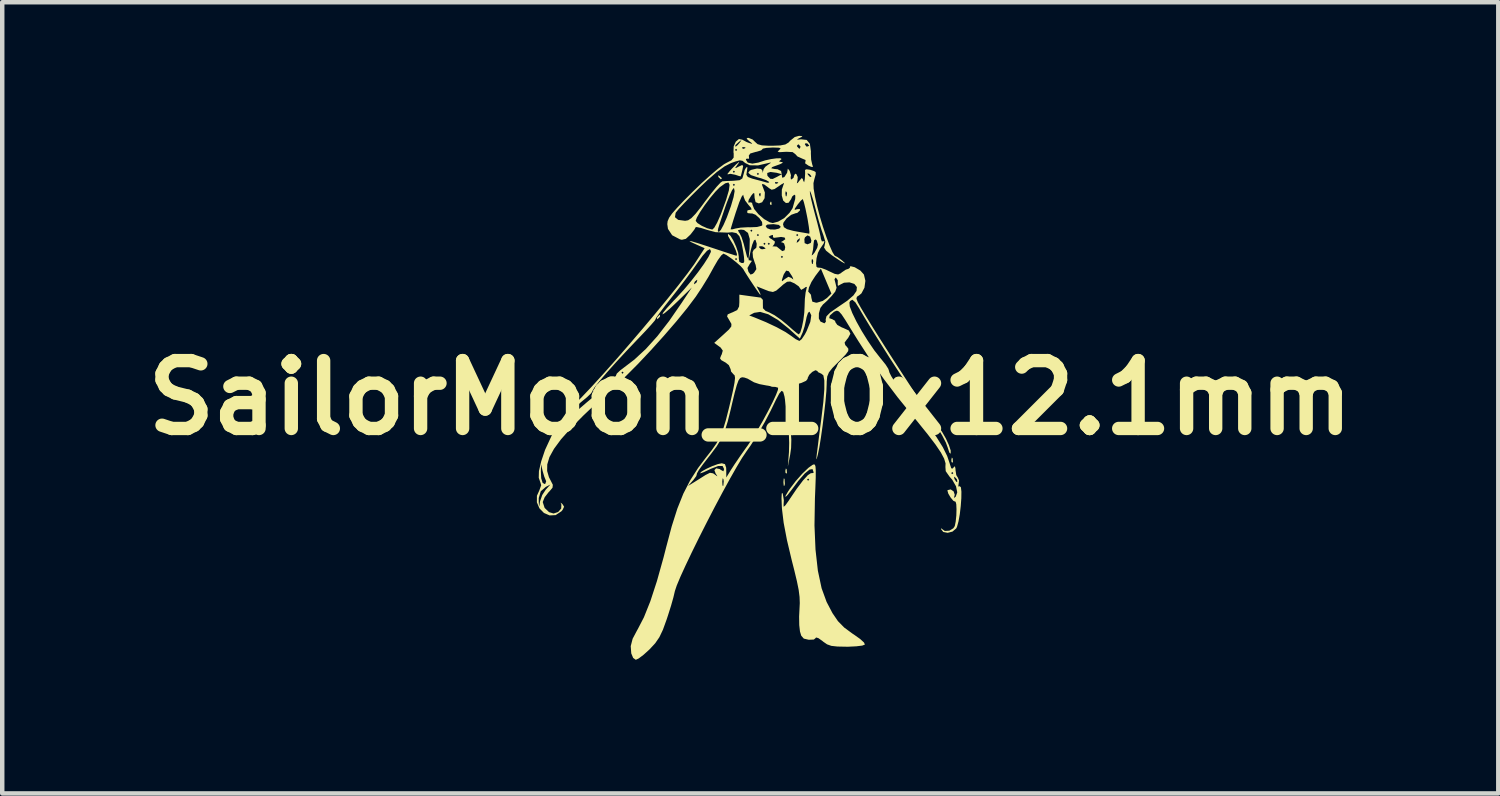
<source format=kicad_pcb>
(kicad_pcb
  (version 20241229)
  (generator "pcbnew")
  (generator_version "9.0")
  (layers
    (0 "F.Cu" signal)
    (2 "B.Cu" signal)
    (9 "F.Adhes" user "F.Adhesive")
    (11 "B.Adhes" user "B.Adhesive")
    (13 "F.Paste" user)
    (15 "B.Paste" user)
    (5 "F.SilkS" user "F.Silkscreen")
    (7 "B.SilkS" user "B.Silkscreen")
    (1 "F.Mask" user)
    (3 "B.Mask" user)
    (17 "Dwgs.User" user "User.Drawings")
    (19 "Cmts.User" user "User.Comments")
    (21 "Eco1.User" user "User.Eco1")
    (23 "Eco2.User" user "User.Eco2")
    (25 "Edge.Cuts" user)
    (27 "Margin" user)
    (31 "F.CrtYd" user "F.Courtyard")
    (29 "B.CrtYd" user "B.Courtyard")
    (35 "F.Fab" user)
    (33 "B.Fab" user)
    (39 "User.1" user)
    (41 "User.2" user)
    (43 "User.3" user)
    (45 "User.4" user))
  (footprint "SailorMoon_10x12.1mm"
    (layer "F.Cu")
    (at 13.796 5.881)
    (property "Reference" "SailorMoon_10x12.1mm" (at 0 0 0) (layer "F.SilkS") (effects (font (size 1.524 1.524) (thickness 0.3))))
    (attr board_only exclude_from_pos_files exclude_from_bom)
    (fp_poly (pts (xy 0.474 -4.397) (xy 0.48 -4.339) (xy 0.474 -4.331) (xy 0.445 -4.338) (xy 0.441 -4.364) (xy 0.459 -4.404)) (stroke (width 0) (type solid)) (fill yes) (layer "F.SilkS"))
    (fp_poly (pts (xy 0.818 1.609) (xy 0.824 1.686) (xy 0.814 1.703) (xy 0.792 1.688) (xy 0.788 1.639) (xy 0.8 1.586)) (stroke (width 0) (type solid)) (fill yes) (layer "F.SilkS"))
    (fp_poly (pts (xy 4.545 1.364) (xy 4.551 1.44) (xy 4.541 1.458) (xy 4.519 1.443) (xy 4.515 1.393) (xy 4.527 1.341)) (stroke (width 0) (type solid)) (fill yes) (layer "F.SilkS"))
    (fp_poly (pts (xy -0.694 -4.982) (xy -0.642 -4.936) (xy -0.637 -4.925) (xy -0.661 -4.905) (xy -0.709 -4.95) (xy -0.716 -4.96) (xy -0.721 -4.994)) (stroke (width 0) (type solid)) (fill yes) (layer "F.SilkS"))
    (fp_poly (pts (xy -2.026 -1.832) (xy -2.035 -1.814) (xy -2.081 -1.767) (xy -2.09 -1.765) (xy -2.093 -1.797) (xy -2.084 -1.814) (xy -2.038 -1.861) (xy -2.029 -1.863)) (stroke (width 0) (type solid)) (fill yes) (layer "F.SilkS"))
    (fp_poly (pts (xy 0.767 1.819) (xy 0.77 1.827) (xy 0.777 1.934) (xy 0.768 1.975) (xy 0.752 1.976) (xy 0.745 1.899) (xy 0.745 1.888) (xy 0.752 1.812)) (stroke (width 0) (type solid)) (fill yes) (layer "F.SilkS"))
    (fp_poly (pts (xy -3.086 -0.442) (xy -3.17 -0.368) (xy -3.257 -0.302) (xy -3.41 -0.197) (xy -3.498 -0.151) (xy -3.53 -0.158) (xy -3.531 -0.163) (xy -3.494 -0.203) (xy -3.404 -0.272) (xy -3.287 -0.353) (xy -3.173 -0.426) (xy -3.088 -0.473) (xy -3.062 -0.479)) (stroke (width 0) (type solid)) (fill yes) (layer "F.SilkS"))
    (fp_poly (pts (xy 4.127 0.541) (xy 4.194 0.616) (xy 4.213 0.637) (xy 4.305 0.763) (xy 4.392 0.914) (xy 4.461 1.064) (xy 4.501 1.186) (xy 4.5 1.254) (xy 4.498 1.255) (xy 4.471 1.233) (xy 4.441 1.142) (xy 4.438 1.131) (xy 4.393 1.008) (xy 4.31 0.847) (xy 4.234 0.723) (xy 4.146 0.589) (xy 4.11 0.53)) (stroke (width 0) (type solid)) (fill yes) (layer "F.SilkS"))
    (fp_poly (pts (xy -0.248 -5.286) (xy -0.296 -5.22) (xy -0.3 -5.214) (xy -0.34 -5.16) (xy -0.312 -5.163) (xy -0.256 -5.192) (xy -0.179 -5.227) (xy -0.16 -5.199) (xy -0.177 -5.114) (xy -0.202 -5.014) (xy -0.215 -4.97) (xy -0.259 -4.981) (xy -0.336 -5.007) (xy -0.445 -5.028) (xy -0.507 -5.016) (xy -0.512 -5.026) (xy -0.473 -5.075) (xy -0.392 -5.075) (xy -0.368 -5.051) (xy -0.343 -5.075) (xy -0.368 -5.1) (xy -0.392 -5.075) (xy -0.473 -5.075) (xy -0.461 -5.09) (xy -0.417 -5.139) (xy -0.319 -5.239) (xy -0.259 -5.29)) (stroke (width 0) (type solid)) (fill yes) (layer "F.SilkS"))
    (fp_poly (pts (xy 1.451 1.503) (xy 1.465 1.546) (xy 1.471 1.637) (xy 1.47 1.79) (xy 1.462 2.017) (xy 1.452 2.262) (xy 1.442 2.867) (xy 1.465 3.409) (xy 1.518 3.882) (xy 1.602 4.277) (xy 1.715 4.587) (xy 1.717 4.59) (xy 1.846 4.836) (xy 1.969 5.016) (xy 2.11 5.16) (xy 2.292 5.294) (xy 2.336 5.323) (xy 2.468 5.417) (xy 2.554 5.496) (xy 2.574 5.542) (xy 2.514 5.565) (xy 2.382 5.581) (xy 2.203 5.59) (xy 2.158 5.59) (xy 1.956 5.586) (xy 1.821 5.571) (xy 1.725 5.537) (xy 1.638 5.477) (xy 1.622 5.463) (xy 1.529 5.397) (xy 1.476 5.382) (xy 1.471 5.393) (xy 1.428 5.429) (xy 1.313 5.434) (xy 1.202 5.408) (xy 1.144 5.341) (xy 1.116 5.247) (xy 1.1 5.105) (xy 1.097 4.913) (xy 1.105 4.75) (xy 1.112 4.611) (xy 1.107 4.472) (xy 1.087 4.314) (xy 1.047 4.117) (xy 0.985 3.859) (xy 0.931 3.647) (xy 0.824 3.196) (xy 0.75 2.808) (xy 0.712 2.495) (xy 0.709 2.452) (xy 0.702 2.255) (xy 0.707 2.15) (xy 0.722 2.138) (xy 0.73 2.158) (xy 0.754 2.302) (xy 0.748 2.403) (xy 0.75 2.449) (xy 0.789 2.415) (xy 0.871 2.3) (xy 0.883 2.28) (xy 1.046 2.04) (xy 1.185 1.856) (xy 1.201 1.839) (xy 1.275 1.839) (xy 1.299 1.863) (xy 1.324 1.839) (xy 1.299 1.814) (xy 1.275 1.839) (xy 1.201 1.839) (xy 1.294 1.737) (xy 1.364 1.692) (xy 1.377 1.694) (xy 1.419 1.688) (xy 1.422 1.673) (xy 1.398 1.602) (xy 1.331 1.613) (xy 1.223 1.701) (xy 1.081 1.864) (xy 0.938 2.055) (xy 0.841 2.181) (xy 0.791 2.229) (xy 0.793 2.201) (xy 0.853 2.098) (xy 0.89 2.043) (xy 1.021 1.871) (xy 1.167 1.706) (xy 1.304 1.575) (xy 1.393 1.51) (xy 1.427 1.496)) (stroke (width 0) (type solid)) (fill yes) (layer "F.SilkS"))
    (fp_poly (pts (xy 1.17 -5.875) (xy 1.151 -5.854) (xy 1.103 -5.831) (xy 1.048 -5.8) (xy 1.077 -5.796) (xy 1.142 -5.803) (xy 1.267 -5.789) (xy 1.339 -5.701) (xy 1.362 -5.532) (xy 1.361 -5.488) (xy 1.367 -5.347) (xy 1.391 -5.239) (xy 1.392 -5.237) (xy 1.409 -5.183) (xy 1.369 -5.185) (xy 1.307 -5.212) (xy 1.231 -5.265) (xy 1.239 -5.304) (xy 1.242 -5.338) (xy 1.166 -5.37) (xy 1.06 -5.418) (xy 1.011 -5.471) (xy 0.951 -5.516) (xy 0.813 -5.523) (xy 0.777 -5.521) (xy 0.654 -5.514) (xy 0.615 -5.526) (xy 0.647 -5.56) (xy 0.649 -5.562) (xy 0.683 -5.597) (xy 0.648 -5.614) (xy 0.533 -5.618) (xy 0.493 -5.618) (xy 0.36 -5.61) (xy 0.283 -5.594) (xy 0.274 -5.583) (xy 0.245 -5.555) (xy 0.148 -5.525) (xy 0.118 -5.519) (xy -0.000299 -5.484) (xy -0.034 -5.434) (xy -0.029 -5.413) (xy -0.027 -5.365) (xy -0.05 -5.37) (xy -0.094 -5.364) (xy -0.098 -5.346) (xy -0.057 -5.28) (xy 0.046 -5.257) (xy 0.185 -5.281) (xy 0.216 -5.292) (xy 0.335 -5.33) (xy 0.467 -5.359) (xy 0.589 -5.376) (xy 0.676 -5.377) (xy 0.704 -5.361) (xy 0.686 -5.345) (xy 0.645 -5.307) (xy 0.693 -5.294) (xy 0.711 -5.293) (xy 0.733 -5.278) (xy 0.671 -5.245) (xy 0.613 -5.224) (xy 0.494 -5.18) (xy 0.471 -5.153) (xy 0.543 -5.137) (xy 0.613 -5.131) (xy 0.692 -5.091) (xy 0.706 -5.021) (xy 0.588 -5.052) (xy 0.453 -5.07) (xy 0.381 -5.047) (xy 0.384 -4.989) (xy 0.397 -4.971) (xy 0.451 -4.916) (xy 0.505 -4.913) (xy 0.601 -4.96) (xy 0.604 -4.962) (xy 0.707 -5.018) (xy 0.707 -5.015) (xy 0.716 -4.941) (xy 0.759 -4.952) (xy 0.769 -4.96) (xy 0.827 -5.051) (xy 0.835 -5.093) (xy 0.843 -5.144) (xy 0.873 -5.11) (xy 0.887 -5.087) (xy 0.915 -4.995) (xy 0.907 -4.952) (xy 0.911 -4.907) (xy 0.929 -4.903) (xy 0.974 -4.943) (xy 0.981 -4.98) (xy 1.006 -5.03) (xy 1.034 -5.023) (xy 1.066 -4.956) (xy 1.061 -4.886) (xy 1.046 -4.814) (xy 1.07 -4.829) (xy 1.101 -4.87) (xy 1.154 -4.932) (xy 1.179 -4.914) (xy 1.191 -4.87) (xy 1.21 -4.839) (xy 1.224 -4.905) (xy 1.226 -4.928) (xy 1.232 -5.037) (xy 1.283 -5.037) (xy 1.295 -5.009) (xy 1.344 -4.956) (xy 1.372 -4.967) (xy 1.373 -4.974) (xy 1.338 -5.016) (xy 1.316 -5.031) (xy 1.283 -5.037) (xy 1.232 -5.037) (xy 1.232 -5.046) (xy 1.23 -5.116) (xy 1.264 -5.13) (xy 1.345 -5.119) (xy 1.432 -5.09) (xy 1.469 -5.067) (xy 1.469 -5.012) (xy 1.44 -4.91) (xy 1.419 -4.819) (xy 1.423 -4.697) (xy 1.452 -4.521) (xy 1.5 -4.307) (xy 1.561 -4.075) (xy 1.633 -3.837) (xy 1.709 -3.611) (xy 1.782 -3.416) (xy 1.846 -3.27) (xy 1.893 -3.194) (xy 1.905 -3.186) (xy 1.961 -3.157) (xy 2.054 -3.088) (xy 2.059 -3.084) (xy 2.124 -3.025) (xy 2.118 -3.017) (xy 2.05 -3.054) (xy 1.931 -3.132) (xy 1.827 -3.203) (xy 1.701 -3.304) (xy 1.657 -3.375) (xy 1.668 -3.409) (xy 1.686 -3.503) (xy 1.645 -3.64) (xy 1.6 -3.767) (xy 1.543 -3.956) (xy 1.484 -4.171) (xy 1.467 -4.237) (xy 1.418 -4.422) (xy 1.375 -4.561) (xy 1.346 -4.634) (xy 1.338 -4.64) (xy 1.341 -4.587) (xy 1.367 -4.46) (xy 1.411 -4.281) (xy 1.449 -4.136) (xy 1.506 -3.924) (xy 1.551 -3.742) (xy 1.58 -3.613) (xy 1.586 -3.571) (xy 1.607 -3.513) (xy 1.629 -3.512) (xy 1.666 -3.518) (xy 1.648 -3.463) (xy 1.579 -3.361) (xy 1.568 -3.346) (xy 1.52 -3.254) (xy 1.489 -3.136) (xy 1.477 -3.022) (xy 1.487 -2.94) (xy 1.522 -2.919) (xy 1.528 -2.923) (xy 1.591 -2.916) (xy 1.705 -2.873) (xy 1.768 -2.842) (xy 1.896 -2.782) (xy 1.973 -2.768) (xy 2.033 -2.796) (xy 2.056 -2.816) (xy 2.147 -2.877) (xy 2.201 -2.893) (xy 2.24 -2.92) (xy 2.234 -2.938) (xy 2.253 -2.954) (xy 2.337 -2.933) (xy 2.35 -2.928) (xy 2.473 -2.855) (xy 2.552 -2.767) (xy 2.585 -2.626) (xy 2.564 -2.471) (xy 2.497 -2.344) (xy 2.447 -2.302) (xy 2.395 -2.268) (xy 2.384 -2.224) (xy 2.415 -2.145) (xy 2.484 -2.021) (xy 2.594 -1.836) (xy 2.748 -1.586) (xy 2.936 -1.287) (xy 3.147 -0.955) (xy 3.372 -0.607) (xy 3.598 -0.26) (xy 3.689 -0.123) (xy 3.812 0.068) (xy 3.895 0.203) (xy 3.933 0.276) (xy 3.922 0.279) (xy 3.891 0.245) (xy 3.766 0.101) (xy 3.605 -0.08) (xy 3.468 -0.231) (xy 3.538 -0.231) (xy 3.55 -0.204) (xy 3.6 -0.151) (xy 3.628 -0.162) (xy 3.629 -0.169) (xy 3.594 -0.21) (xy 3.572 -0.225) (xy 3.538 -0.231) (xy 3.468 -0.231) (xy 3.439 -0.262) (xy 3.41 -0.294) (xy 3.304 -0.412) (xy 3.257 -0.47) (xy 3.272 -0.465) (xy 3.323 -0.419) (xy 3.451 -0.306) (xy 3.514 -0.265) (xy 3.514 -0.298) (xy 3.451 -0.406) (xy 3.388 -0.501) (xy 3.278 -0.668) (xy 3.137 -0.885) (xy 2.981 -1.131) (xy 2.822 -1.385) (xy 2.673 -1.625) (xy 2.549 -1.83) (xy 2.462 -1.978) (xy 2.451 -1.998) (xy 2.359 -2.144) (xy 2.292 -2.201) (xy 2.243 -2.173) (xy 2.226 -2.138) (xy 2.234 -2.051) (xy 2.29 -1.904) (xy 2.383 -1.713) (xy 2.503 -1.498) (xy 2.641 -1.276) (xy 2.784 -1.066) (xy 2.925 -0.886) (xy 2.948 -0.859) (xy 3.04 -0.744) (xy 3.099 -0.651) (xy 3.108 -0.626) (xy 3.126 -0.564) (xy 3.166 -0.484) (xy 3.235 -0.375) (xy 3.342 -0.227) (xy 3.495 -0.026) (xy 3.701 0.237) (xy 3.729 0.272) (xy 3.985 0.606) (xy 4.181 0.882) (xy 4.324 1.111) (xy 4.421 1.307) (xy 4.48 1.481) (xy 4.483 1.493) (xy 4.514 1.585) (xy 4.546 1.589) (xy 4.563 1.567) (xy 4.595 1.537) (xy 4.608 1.595) (xy 4.609 1.628) (xy 4.626 1.737) (xy 4.66 1.791) (xy 4.688 1.857) (xy 4.68 1.923) (xy 4.67 1.992) (xy 4.705 1.987) (xy 4.73 2.011) (xy 4.741 2.109) (xy 4.739 2.257) (xy 4.726 2.433) (xy 4.705 2.613) (xy 4.676 2.775) (xy 4.643 2.896) (xy 4.625 2.933) (xy 4.541 3.005) (xy 4.432 3.033) (xy 4.334 3.014) (xy 4.286 2.953) (xy 4.288 2.925) (xy 4.298 2.941) (xy 4.368 2.991) (xy 4.47 2.985) (xy 4.56 2.931) (xy 4.592 2.881) (xy 4.613 2.779) (xy 4.627 2.644) (xy 4.631 2.504) (xy 4.626 2.391) (xy 4.611 2.334) (xy 4.602 2.333) (xy 4.558 2.312) (xy 4.498 2.239) (xy 4.446 2.151) (xy 4.427 2.084) (xy 4.432 2.074) (xy 4.5 2.058) (xy 4.566 2.102) (xy 4.591 2.176) (xy 4.587 2.195) (xy 4.573 2.25) (xy 4.611 2.224) (xy 4.613 2.222) (xy 4.648 2.124) (xy 4.62 1.988) (xy 4.536 1.842) (xy 4.481 1.779) (xy 4.474 1.77) (xy 4.574 1.77) (xy 4.584 1.819) (xy 4.588 1.829) (xy 4.627 1.889) (xy 4.649 1.889) (xy 4.643 1.837) (xy 4.615 1.801) (xy 4.574 1.77) (xy 4.474 1.77) (xy 4.419 1.692) (xy 4.511 1.692) (xy 4.536 1.716) (xy 4.56 1.692) (xy 4.536 1.667) (xy 4.511 1.692) (xy 4.419 1.692) (xy 4.389 1.648) (xy 4.382 1.556) (xy 4.385 1.473) (xy 4.353 1.367) (xy 4.28 1.229) (xy 4.159 1.05) (xy 3.984 0.821) (xy 3.751 0.532) (xy 3.663 0.426) (xy 3.312 -0.007) (xy 3.004 -0.413) (xy 2.715 -0.827) (xy 2.422 -1.28) (xy 2.255 -1.549) (xy 2.134 -1.746) (xy 2.051 -1.871) (xy 1.992 -1.937) (xy 1.946 -1.956) (xy 1.901 -1.94) (xy 1.874 -1.924) (xy 1.785 -1.845) (xy 1.773 -1.787) (xy 1.839 -1.765) (xy 1.904 -1.728) (xy 1.912 -1.696) (xy 1.954 -1.636) (xy 2.058 -1.578) (xy 2.084 -1.569) (xy 2.213 -1.51) (xy 2.249 -1.439) (xy 2.197 -1.342) (xy 2.173 -1.314) (xy 2.118 -1.239) (xy 2.134 -1.182) (xy 2.169 -1.145) (xy 2.203 -1.099) (xy 2.199 -1.048) (xy 2.146 -0.975) (xy 2.036 -0.86) (xy 1.982 -0.807) (xy 1.845 -0.669) (xy 1.766 -0.569) (xy 1.728 -0.477) (xy 1.717 -0.366) (xy 1.716 -0.309) (xy 1.709 -0.148) (xy 1.689 0.081) (xy 1.659 0.349) (xy 1.624 0.63) (xy 1.586 0.897) (xy 1.55 1.12) (xy 1.518 1.274) (xy 1.518 1.275) (xy 1.492 1.37) (xy 1.483 1.381) (xy 1.49 1.302) (xy 1.499 1.226) (xy 1.517 1.084) (xy 1.543 0.876) (xy 1.574 0.635) (xy 1.596 0.469) (xy 1.641 0.093) (xy 1.663 -0.192) (xy 1.663 -0.389) (xy 1.641 -0.504) (xy 1.598 -0.539) (xy 1.521 -0.576) (xy 1.507 -0.601) (xy 1.464 -0.618) (xy 1.393 -0.581) (xy 1.325 -0.515) (xy 1.289 -0.444) (xy 1.289 -0.425) (xy 1.253 -0.38) (xy 1.151 -0.334) (xy 1.103 -0.32) (xy 0.967 -0.281) (xy 0.87 -0.244) (xy 0.856 -0.236) (xy 0.837 -0.177) (xy 0.836 -0.034) (xy 0.854 0.199) (xy 0.877 0.405) (xy 0.908 0.712) (xy 0.922 0.946) (xy 0.917 1.13) (xy 0.896 1.279) (xy 0.844 1.545) (xy 0.869 1.221) (xy 0.874 1.013) (xy 0.865 0.758) (xy 0.842 0.504) (xy 0.837 0.461) (xy 0.799 0.171) (xy 0.769 -0.026) (xy 0.739 -0.134) (xy 0.703 -0.155) (xy 0.652 -0.095) (xy 0.578 0.044) (xy 0.475 0.257) (xy 0.464 0.281) (xy 0.328 0.542) (xy 0.169 0.818) (xy 0.01 1.069) (xy -0.087 1.207) (xy -0.184 1.351) (xy -0.31 1.562) (xy -0.46 1.826) (xy -0.626 2.13) (xy -0.801 2.459) (xy -0.978 2.801) (xy -1.15 3.141) (xy -1.31 3.466) (xy -1.451 3.762) (xy -1.567 4.016) (xy -1.65 4.214) (xy -1.693 4.342) (xy -1.696 4.356) (xy -1.726 4.483) (xy -1.779 4.671) (xy -1.847 4.886) (xy -1.877 4.977) (xy -1.961 5.209) (xy -2.041 5.377) (xy -2.134 5.512) (xy -2.258 5.646) (xy -2.263 5.651) (xy -2.393 5.769) (xy -2.504 5.853) (xy -2.57 5.884) (xy -2.629 5.842) (xy -2.672 5.74) (xy -2.672 5.738) (xy -2.684 5.577) (xy -2.641 5.411) (xy -2.534 5.209) (xy -2.527 5.198) (xy -2.388 4.93) (xy -2.243 4.568) (xy -2.096 4.118) (xy -1.946 3.582) (xy -1.889 3.359) (xy -1.763 2.885) (xy -1.637 2.489) (xy -1.502 2.152) (xy -1.414 1.981) (xy -1.397 1.981) (xy -1.263 1.898) (xy -1.247 1.888) (xy -0.628 1.888) (xy -0.623 1.972) (xy -0.607 1.979) (xy -0.605 1.975) (xy -0.596 1.877) (xy -0.603 1.827) (xy -0.619 1.807) (xy -0.628 1.873) (xy -0.628 1.888) (xy -1.247 1.888) (xy -1.121 1.809) (xy -1.005 1.735) (xy -0.906 1.685) (xy -0.834 1.697) (xy -0.797 1.723) (xy -0.739 1.765) (xy -0.75 1.74) (xy -0.775 1.708) (xy -0.805 1.626) (xy -0.766 1.584) (xy -0.686 1.601) (xy -0.66 1.62) (xy -0.603 1.652) (xy -0.588 1.603) (xy -0.588 1.6) (xy -0.621 1.533) (xy -0.72 1.532) (xy -0.889 1.597) (xy -0.934 1.619) (xy -1.05 1.673) (xy -1.119 1.696) (xy -1.128 1.694) (xy -1.087 1.653) (xy -0.985 1.596) (xy -0.855 1.536) (xy -0.729 1.49) (xy -0.64 1.471) (xy -0.639 1.471) (xy -0.568 1.491) (xy -0.541 1.57) (xy -0.539 1.63) (xy -0.538 1.79) (xy -0.428 1.611) (xy -0.348 1.488) (xy -0.231 1.317) (xy -0.099 1.129) (xy -0.057 1.072) (xy 0.046 0.918) (xy 0.163 0.726) (xy 0.284 0.515) (xy 0.4 0.3) (xy 0.501 0.102) (xy 0.578 -0.064) (xy 0.622 -0.179) (xy 0.625 -0.225) (xy 0.569 -0.242) (xy 0.448 -0.264) (xy 0.364 -0.276) (xy 0.207 -0.306) (xy 0.084 -0.347) (xy 0.049 -0.367) (xy -0.06 -0.429) (xy -0.133 -0.454) (xy -0.184 -0.46) (xy -0.226 -0.443) (xy -0.264 -0.388) (xy -0.303 -0.282) (xy -0.35 -0.112) (xy -0.409 0.135) (xy -0.437 0.256) (xy -0.507 0.536) (xy -0.574 0.749) (xy -0.652 0.925) (xy -0.755 1.093) (xy -0.898 1.284) (xy -0.948 1.347) (xy -1.066 1.5) (xy -1.154 1.623) (xy -1.197 1.698) (xy -1.199 1.711) (xy -1.212 1.758) (xy -1.275 1.844) (xy -1.287 1.857) (xy -1.397 1.981) (xy -1.414 1.981) (xy -1.349 1.854) (xy -1.171 1.576) (xy -0.999 1.348) (xy -0.862 1.173) (xy -0.758 1.024) (xy -0.678 0.877) (xy -0.611 0.711) (xy -0.548 0.504) (xy -0.479 0.232) (xy -0.446 0.094) (xy -0.388 -0.161) (xy -0.354 -0.335) (xy -0.342 -0.444) (xy -0.351 -0.503) (xy -0.374 -0.524) (xy -0.431 -0.589) (xy -0.441 -0.641) (xy -0.481 -0.732) (xy -0.552 -0.789) (xy -0.65 -0.844) (xy -0.679 -0.885) (xy -0.655 -0.947) (xy -0.641 -0.974) (xy -0.617 -1.058) (xy -0.665 -1.127) (xy -0.699 -1.152) (xy -0.809 -1.232) (xy -0.598 -1.422) (xy -0.48 -1.531) (xy -0.426 -1.6) (xy -0.423 -1.657) (xy -0.462 -1.727) (xy -0.469 -1.738) (xy -0.52 -1.826) (xy -0.513 -1.848) (xy -0.023 -1.848) (xy 0.099 -1.802) (xy 0.353 -1.697) (xy 0.593 -1.584) (xy 0.792 -1.475) (xy 0.915 -1.392) (xy 1.02 -1.316) (xy 1.098 -1.278) (xy 1.106 -1.277) (xy 1.155 -1.316) (xy 1.224 -1.419) (xy 1.265 -1.497) (xy 1.348 -1.703) (xy 1.36 -1.78) (xy 1.54 -1.78) (xy 1.576 -1.711) (xy 1.666 -1.671) (xy 1.698 -1.707) (xy 1.693 -1.758) (xy 1.711 -1.829) (xy 1.798 -1.917) (xy 1.96 -2.03) (xy 2.179 -2.179) (xy 2.317 -2.298) (xy 2.386 -2.398) (xy 2.394 -2.485) (xy 2.338 -2.556) (xy 2.228 -2.591) (xy 2.105 -2.583) (xy 2.029 -2.545) (xy 1.974 -2.514) (xy 1.964 -2.529) (xy 1.965 -2.64) (xy 1.925 -2.695) (xy 1.914 -2.697) (xy 1.891 -2.658) (xy 1.915 -2.567) (xy 1.938 -2.47) (xy 1.909 -2.385) (xy 1.828 -2.285) (xy 1.728 -2.18) (xy 1.648 -2.107) (xy 1.634 -2.096) (xy 1.574 -2.016) (xy 1.541 -1.896) (xy 1.54 -1.78) (xy 1.36 -1.78) (xy 1.37 -1.851) (xy 1.331 -1.932) (xy 1.33 -1.933) (xy 1.297 -1.907) (xy 1.265 -1.811) (xy 1.256 -1.766) (xy 1.221 -1.605) (xy 1.176 -1.465) (xy 1.169 -1.45) (xy 1.114 -1.328) (xy 0.863 -1.554) (xy 0.622 -1.747) (xy 0.405 -1.874) (xy 0.223 -1.928) (xy 0.087 -1.907) (xy -0.023 -1.848) (xy -0.513 -1.848) (xy -0.506 -1.872) (xy -0.415 -1.912) (xy -0.398 -1.918) (xy -0.293 -1.969) (xy -0.251 -2.049) (xy -0.245 -2.143) (xy -0.245 -2.315) (xy -0.037 -2.286) (xy 0.109 -2.266) (xy 0.218 -2.251) (xy 0.237 -2.248) (xy 0.283 -2.198) (xy 0.283 -2.107) (xy 0.285 -2.01) (xy 0.343 -1.951) (xy 0.423 -1.917) (xy 0.545 -1.853) (xy 0.698 -1.746) (xy 0.826 -1.641) (xy 0.952 -1.53) (xy 1.047 -1.451) (xy 1.09 -1.422) (xy 1.124 -1.466) (xy 1.159 -1.581) (xy 1.191 -1.738) (xy 1.213 -1.91) (xy 1.22 -2.049) (xy 1.226 -2.22) (xy 1.243 -2.365) (xy 1.248 -2.385) (xy 1.301 -2.385) (xy 1.329 -2.354) (xy 1.363 -2.312) (xy 1.373 -2.242) (xy 1.394 -2.158) (xy 1.475 -2.135) (xy 1.498 -2.135) (xy 1.627 -2.174) (xy 1.722 -2.24) (xy 1.822 -2.339) (xy 1.704 -2.619) (xy 1.586 -2.899) (xy 1.463 -2.737) (xy 1.374 -2.6) (xy 1.318 -2.475) (xy 1.301 -2.385) (xy 1.248 -2.385) (xy 1.255 -2.416) (xy 1.272 -2.49) (xy 1.241 -2.484) (xy 1.208 -2.458) (xy 1.143 -2.422) (xy 1.128 -2.444) (xy 1.088 -2.502) (xy 0.993 -2.568) (xy 0.989 -2.57) (xy 0.897 -2.61) (xy 0.827 -2.604) (xy 0.741 -2.543) (xy 0.688 -2.495) (xy 0.584 -2.406) (xy 0.509 -2.375) (xy 0.418 -2.393) (xy 0.335 -2.425) (xy 0.143 -2.502) (xy 0.201 -2.391) (xy 0.232 -2.321) (xy 0.223 -2.313) (xy 0.183 -2.366) (xy 0.109 -2.473) (xy 0.019 -2.608) (xy -0.000454 -2.637) (xy 0.708 -2.637) (xy 0.716 -2.616) (xy 0.77 -2.659) (xy 0.775 -2.664) (xy 0.856 -2.716) (xy 0.921 -2.691) (xy 0.929 -2.684) (xy 0.968 -2.654) (xy 0.955 -2.695) (xy 0.937 -2.731) (xy 0.865 -2.841) (xy 0.807 -2.855) (xy 0.754 -2.774) (xy 0.74 -2.738) (xy 0.708 -2.637) (xy -0.000454 -2.637) (xy -0.068 -2.742) (xy -0.134 -2.847) (xy -0.158 -2.89) (xy -0.178 -2.913) (xy -0.063 -2.913) (xy -0.04 -2.827) (xy 0.007 -2.765) (xy 0.059 -2.785) (xy 0.088 -2.813) (xy 0.137 -2.888) (xy 0.121 -2.982) (xy 0.107 -3.016) (xy 0.089 -3.069) (xy 1.377 -3.069) (xy 1.386 -3.005) (xy 1.403 -3.004) (xy 1.414 -3.07) (xy 1.406 -3.098) (xy 1.385 -3.117) (xy 1.377 -3.069) (xy 0.089 -3.069) (xy 0.061 -3.155) (xy 0.06 -3.163) (xy 0.686 -3.163) (xy 0.711 -3.138) (xy 0.736 -3.163) (xy 0.711 -3.187) (xy 0.686 -3.163) (xy 0.06 -3.163) (xy 0.058 -3.195) (xy 1.379 -3.195) (xy 1.404 -3.212) (xy 1.443 -3.258) (xy 1.503 -3.366) (xy 1.52 -3.439) (xy 1.495 -3.529) (xy 1.471 -3.555) (xy 1.434 -3.538) (xy 1.422 -3.464) (xy 1.41 -3.33) (xy 1.393 -3.253) (xy 1.379 -3.195) (xy 0.058 -3.195) (xy 0.052 -3.269) (xy 0.082 -3.33) (xy 0.098 -3.334) (xy 0.137 -3.373) (xy 0.138 -3.382) (xy 0.196 -3.382) (xy 0.236 -3.34) (xy 0.27 -3.334) (xy 0.335 -3.345) (xy 0.343 -3.354) (xy 0.305 -3.385) (xy 0.27 -3.401) (xy 0.207 -3.402) (xy 0.196 -3.382) (xy 0.138 -3.382) (xy 0.145 -3.457) (xy 0.294 -3.457) (xy 0.319 -3.432) (xy 0.343 -3.457) (xy 0.392 -3.457) (xy 0.417 -3.432) (xy 0.441 -3.457) (xy 0.417 -3.481) (xy 0.392 -3.457) (xy 0.343 -3.457) (xy 0.319 -3.481) (xy 0.294 -3.457) (xy 0.145 -3.457) (xy 0.145 -3.458) (xy 0.12 -3.539) (xy 0.11 -3.551) (xy 0.081 -3.529) (xy 0.043 -3.433) (xy 0.015 -3.326) (xy -0.034 -3.104) (xy -0.024 -3.087) (xy 0.004 -3.081) (xy 0.037 -3.073) (xy -0.006 -3.011) (xy -0.01 -3.007) (xy -0.063 -2.913) (xy -0.178 -2.913) (xy -0.211 -2.951) (xy -0.312 -3.04) (xy -0.406 -3.114) (xy -0.343 -3.114) (xy -0.319 -3.089) (xy -0.294 -3.114) (xy -0.319 -3.138) (xy -0.343 -3.114) (xy -0.406 -3.114) (xy -0.43 -3.132) (xy -0.537 -3.205) (xy -0.602 -3.236) (xy -0.602 -3.236) (xy -0.652 -3.195) (xy -0.729 -3.088) (xy -0.817 -2.937) (xy -0.827 -2.918) (xy -0.941 -2.712) (xy -1.085 -2.478) (xy -1.224 -2.268) (xy -1.415 -2.014) (xy -1.659 -1.715) (xy -1.938 -1.392) (xy -2.233 -1.065) (xy -2.525 -0.755) (xy -2.795 -0.484) (xy -2.971 -0.32) (xy -3.397 0.067) (xy -3.749 0.401) (xy -4.032 0.688) (xy -4.25 0.934) (xy -4.407 1.147) (xy -4.509 1.332) (xy -4.558 1.496) (xy -4.561 1.644) (xy -4.52 1.784) (xy -4.481 1.86) (xy -4.433 1.954) (xy -4.44 2.02) (xy -4.509 2.102) (xy -4.53 2.123) (xy -4.616 2.234) (xy -4.658 2.337) (xy -4.658 2.348) (xy -4.617 2.474) (xy -4.517 2.569) (xy -4.416 2.599) (xy -4.313 2.565) (xy -4.245 2.487) (xy -4.241 2.399) (xy -4.244 2.393) (xy -4.26 2.354) (xy -4.217 2.388) (xy -4.216 2.389) (xy -4.18 2.447) (xy -4.214 2.518) (xy -4.24 2.549) (xy -4.369 2.635) (xy -4.505 2.642) (xy -4.632 2.587) (xy -4.733 2.484) (xy -4.791 2.349) (xy -4.791 2.345) (xy -4.749 2.345) (xy -4.743 2.429) (xy -4.735 2.421) (xy -4.721 2.329) (xy -4.671 2.184) (xy -4.593 2.065) (xy -4.487 1.948) (xy -4.591 2.002) (xy -4.704 2.1) (xy -4.749 2.251) (xy -4.749 2.345) (xy -4.791 2.345) (xy -4.79 2.2) (xy -4.736 2.08) (xy -4.694 1.964) (xy -4.71 1.909) (xy -4.749 1.797) (xy -4.745 1.651) (xy -4.702 1.651) (xy -4.694 1.809) (xy -4.662 1.911) (xy -4.614 1.938) (xy -4.603 1.933) (xy -4.582 1.875) (xy -4.592 1.852) (xy -4.626 1.768) (xy -4.661 1.647) (xy -4.697 1.496) (xy -4.702 1.651) (xy -4.745 1.651) (xy -4.744 1.642) (xy -4.694 1.428) (xy -4.608 1.172) (xy -4.444 0.817) (xy -4.397 0.817) (xy -4.387 0.817) (xy -4.341 0.76) (xy -4.258 0.663) (xy -4.146 0.538) (xy -4.109 0.498) (xy -4.01 0.402) (xy -3.856 0.263) (xy -3.668 0.101) (xy -3.474 -0.06) (xy -3.294 -0.211) (xy -3.149 -0.342) (xy -3.052 -0.439) (xy -3.017 -0.49) (xy -3.017 -0.493) (xy -2.997 -0.542) (xy -2.974 -0.564) (xy -2.893 -0.564) (xy -2.869 -0.539) (xy -2.844 -0.564) (xy -2.869 -0.588) (xy -2.893 -0.564) (xy -2.974 -0.564) (xy -2.916 -0.618) (xy -2.881 -0.644) (xy -2.602 -0.857) (xy -2.342 -1.098) (xy -2.086 -1.382) (xy -1.821 -1.724) (xy -1.533 -2.141) (xy -1.522 -2.158) (xy -1.311 -2.476) (xy -1.625 -2.17) (xy -1.806 -1.999) (xy -1.923 -1.9) (xy -1.973 -1.871) (xy -1.957 -1.91) (xy -1.872 -2.013) (xy -1.719 -2.18) (xy -1.658 -2.243) (xy -1.496 -2.42) (xy -1.384 -2.553) (xy -1.263 -2.553) (xy -1.256 -2.55) (xy -1.211 -2.584) (xy -1.201 -2.599) (xy -1.189 -2.645) (xy -1.196 -2.648) (xy -1.24 -2.613) (xy -1.25 -2.599) (xy -1.263 -2.553) (xy -1.384 -2.553) (xy -1.33 -2.618) (xy -1.173 -2.819) (xy -1.038 -3.007) (xy -0.939 -3.162) (xy -0.887 -3.269) (xy -0.883 -3.293) (xy -0.905 -3.338) (xy -0.97 -3.301) (xy -1.072 -3.185) (xy -1.184 -3.028) (xy -1.301 -2.863) (xy -1.458 -2.651) (xy -1.632 -2.423) (xy -1.774 -2.243) (xy -1.916 -2.063) (xy -2.029 -1.913) (xy -2.103 -1.81) (xy -2.127 -1.766) (xy -2.125 -1.765) (xy -2.145 -1.732) (xy -2.222 -1.642) (xy -2.344 -1.508) (xy -2.5 -1.344) (xy -2.531 -1.312) (xy -2.791 -1.038) (xy -3.025 -0.785) (xy -3.225 -0.561) (xy -3.383 -0.376) (xy -3.492 -0.239) (xy -3.542 -0.159) (xy -3.544 -0.146) (xy -3.575 -0.099) (xy -3.665 -0.013) (xy -3.796 0.095) (xy -3.799 0.097) (xy -4.104 0.372) (xy -4.316 0.653) (xy -4.359 0.736) (xy -4.397 0.817) (xy -4.444 0.817) (xy -4.398 0.718) (xy -4.132 0.34) (xy -3.97 0.172) (xy -3.792 -0.005) (xy -3.568 -0.241) (xy -3.308 -0.526) (xy -3.024 -0.845) (xy -2.726 -1.188) (xy -2.426 -1.539) (xy -2.133 -1.888) (xy -1.859 -2.221) (xy -1.615 -2.525) (xy -1.412 -2.788) (xy -1.259 -2.997) (xy -1.215 -3.064) (xy -1.024 -3.358) (xy -1.211 -3.441) (xy -1.333 -3.497) (xy -1.366 -3.521) (xy -1.31 -3.511) (xy -1.164 -3.467) (xy -0.927 -3.39) (xy -0.834 -3.359) (xy -0.626 -3.29) (xy -0.456 -3.234) (xy -0.343 -3.198) (xy -0.306 -3.187) (xy -0.298 -3.225) (xy -0.328 -3.317) (xy -0.381 -3.433) (xy -0.446 -3.542) (xy -0.447 -3.543) (xy -0.498 -3.632) (xy -0.501 -3.676) (xy -0.496 -3.678) (xy -0.444 -3.636) (xy -0.38 -3.531) (xy -0.318 -3.395) (xy -0.272 -3.26) (xy -0.256 -3.158) (xy -0.259 -3.141) (xy -0.246 -3.053) (xy -0.199 -3.027) (xy -0.153 -3.024) (xy -0.134 -3.062) (xy -0.135 -3.065) (xy -0.043 -3.065) (xy -0.034 -3.104) (xy -0.039 -3.111) (xy -0.043 -3.065) (xy -0.135 -3.065) (xy -0.141 -3.162) (xy -0.157 -3.274) (xy -0.198 -3.492) (xy -0.245 -3.628) (xy -0.311 -3.697) (xy -0.409 -3.717) (xy -0.507 -3.708) (xy -0.777 -3.718) (xy -0.897 -3.75) (xy -0.729 -3.75) (xy -0.722 -3.73) (xy -0.703 -3.727) (xy -0.7 -3.727) (xy -0.664 -3.765) (xy -0.275 -3.765) (xy -0.257 -3.717) (xy -0.241 -3.698) (xy -0.196 -3.608) (xy -0.148 -3.459) (xy -0.119 -3.342) (xy -0.073 -3.167) (xy -0.039 -3.111) (xy -0.016 -3.347) (xy -0.011 -3.564) (xy -0.026 -3.616) (xy 0.413 -3.616) (xy 0.445 -3.581) (xy 0.485 -3.558) (xy 0.555 -3.505) (xy 0.541 -3.451) (xy 0.528 -3.436) (xy 0.499 -3.394) (xy 0.522 -3.4) (xy 0.594 -3.394) (xy 0.638 -3.358) (xy 0.72 -3.292) (xy 0.772 -3.313) (xy 0.785 -3.383) (xy 0.759 -3.465) (xy 0.724 -3.485) (xy 1.042 -3.485) (xy 1.048 -3.481) (xy 1.093 -3.516) (xy 1.103 -3.531) (xy 1.112 -3.561) (xy 1.215 -3.561) (xy 1.221 -3.472) (xy 1.284 -3.445) (xy 1.359 -3.476) (xy 1.373 -3.528) (xy 1.345 -3.618) (xy 1.285 -3.646) (xy 1.229 -3.603) (xy 1.215 -3.561) (xy 1.112 -3.561) (xy 1.116 -3.576) (xy 1.109 -3.58) (xy 1.064 -3.545) (xy 1.054 -3.531) (xy 1.042 -3.485) (xy 0.724 -3.485) (xy 0.723 -3.485) (xy 0.687 -3.495) (xy 0.723 -3.514) (xy 0.788 -3.56) (xy 0.771 -3.598) (xy 0.692 -3.611) (xy 0.631 -3.603) (xy 0.527 -3.59) (xy 0.508 -3.616) (xy 0.511 -3.623) (xy 0.509 -3.653) (xy 1.03 -3.653) (xy 1.054 -3.629) (xy 1.079 -3.653) (xy 1.054 -3.678) (xy 1.03 -3.653) (xy 0.509 -3.653) (xy 0.509 -3.656) (xy 0.463 -3.645) (xy 0.413 -3.616) (xy -0.026 -3.616) (xy -0.037 -3.653) (xy 0.147 -3.653) (xy 0.172 -3.629) (xy 0.196 -3.653) (xy 0.172 -3.678) (xy 0.147 -3.653) (xy -0.037 -3.653) (xy -0.051 -3.701) (xy -0.118 -3.751) (xy 0 -3.751) (xy 0.025 -3.727) (xy 0.049 -3.751) (xy 0.025 -3.776) (xy 0 -3.751) (xy -0.118 -3.751) (xy -0.139 -3.767) (xy -0.208 -3.776) (xy -0.275 -3.765) (xy -0.664 -3.765) (xy -0.66 -3.769) (xy -0.653 -3.782) (xy -0.441 -3.782) (xy -0.402 -3.781) (xy -0.331 -3.8) (xy -0.214 -3.82) (xy -0.053 -3.829) (xy 0.008 -3.828) (xy 0.151 -3.834) (xy 0.24 -3.857) (xy 0.345 -3.857) (xy 0.376 -3.808) (xy 0.45 -3.779) (xy 0.556 -3.777) (xy 0.649 -3.799) (xy 0.686 -3.837) (xy 0.642 -3.881) (xy 0.554 -3.894) (xy 0.736 -3.894) (xy 0.755 -3.83) (xy 0.826 -3.785) (xy 0.966 -3.747) (xy 1.069 -3.728) (xy 1.21 -3.704) (xy 1.305 -3.687) (xy 1.325 -3.683) (xy 1.329 -3.725) (xy 1.315 -3.84) (xy 1.288 -4.008) (xy 1.276 -4.07) (xy 1.239 -4.25) (xy 1.205 -4.387) (xy 1.181 -4.456) (xy 1.177 -4.461) (xy 1.134 -4.424) (xy 1.064 -4.338) (xy 1.058 -4.329) (xy 0.999 -4.244) (xy 0.999 -4.218) (xy 1.05 -4.233) (xy 1.114 -4.239) (xy 1.115 -4.205) (xy 1.055 -4.15) (xy 1.018 -4.143) (xy 0.92 -4.108) (xy 0.817 -4.028) (xy 0.747 -3.935) (xy 0.736 -3.894) (xy 0.554 -3.894) (xy 0.522 -3.898) (xy 0.515 -3.898) (xy 0.385 -3.889) (xy 0.345 -3.857) (xy 0.24 -3.857) (xy 0.25 -3.859) (xy 0.271 -3.875) (xy 0.265 -3.946) (xy 0.204 -4.034) (xy 0.119 -4.109) (xy 0.039 -4.14) (xy 0.024 -4.137) (xy -0.053 -4.145) (xy -0.071 -4.165) (xy -0.061 -4.208) (xy -0.019 -4.217) (xy 0.031 -4.226) (xy 0.016 -4.266) (xy -0.04 -4.33) (xy -0.082 -4.385) (xy -0.046 -4.385) (xy -0.006 -4.385) (xy 0 -4.389) (xy 0.041 -4.377) (xy 0.049 -4.338) (xy 0.088 -4.238) (xy 0.185 -4.12) (xy 0.312 -4.011) (xy 0.438 -3.939) (xy 0.506 -3.923) (xy 0.625 -3.954) (xy 0.757 -4.03) (xy 0.778 -4.048) (xy 0.882 -4.153) (xy 0.948 -4.253) (xy 0.954 -4.268) (xy 0.991 -4.401) (xy 1.009 -4.462) (xy 1.012 -4.54) (xy 0.99 -4.56) (xy 0.942 -4.519) (xy 0.916 -4.458) (xy 0.86 -4.378) (xy 0.8 -4.373) (xy 0.739 -4.428) (xy 0.708 -4.541) (xy 0.708 -4.589) (xy 0.788 -4.589) (xy 0.797 -4.525) (xy 0.814 -4.524) (xy 0.826 -4.59) (xy 0.818 -4.618) (xy 0.796 -4.637) (xy 0.788 -4.589) (xy 0.708 -4.589) (xy 0.709 -4.674) (xy 0.748 -4.789) (xy 0.756 -4.803) (xy 0.756 -4.822) (xy 0.693 -4.787) (xy 0.651 -4.757) (xy 0.545 -4.686) (xy 0.48 -4.671) (xy 0.419 -4.708) (xy 0.402 -4.723) (xy 0.313 -4.789) (xy 0.264 -4.801) (xy 0.271 -4.756) (xy 0.278 -4.744) (xy 0.328 -4.609) (xy 0.322 -4.481) (xy 0.267 -4.39) (xy 0.193 -4.364) (xy 0.12 -4.392) (xy 0.097 -4.49) (xy 0.097 -4.499) (xy 0.093 -4.56) (xy 0.196 -4.56) (xy 0.214 -4.52) (xy 0.229 -4.528) (xy 0.235 -4.586) (xy 0.229 -4.593) (xy 0.2 -4.586) (xy 0.196 -4.56) (xy 0.093 -4.56) (xy 0.091 -4.59) (xy 0.067 -4.593) (xy 0.023 -4.539) (xy -0.035 -4.444) (xy -0.046 -4.385) (xy -0.082 -4.385) (xy -0.116 -4.43) (xy -0.147 -4.51) (xy -0.147 -4.51) (xy -0.159 -4.559) (xy -0.193 -4.516) (xy -0.248 -4.387) (xy -0.32 -4.175) (xy -0.327 -4.155) (xy -0.381 -3.984) (xy -0.421 -3.852) (xy -0.44 -3.786) (xy -0.441 -3.782) (xy -0.653 -3.782) (xy -0.6 -3.88) (xy -0.531 -4.038) (xy -0.523 -4.058) (xy -0.433 -4.305) (xy -0.375 -4.504) (xy -0.351 -4.64) (xy -0.364 -4.703) (xy -0.374 -4.706) (xy -0.408 -4.662) (xy -0.462 -4.546) (xy -0.527 -4.379) (xy -0.555 -4.301) (xy -0.636 -4.062) (xy -0.69 -3.901) (xy -0.72 -3.802) (xy -0.729 -3.75) (xy -0.897 -3.75) (xy -0.968 -3.769) (xy -1.108 -3.813) (xy -1.202 -3.833) (xy -1.226 -3.829) (xy -1.255 -3.777) (xy -1.327 -3.684) (xy -1.346 -3.661) (xy -1.446 -3.568) (xy -1.536 -3.547) (xy -1.578 -3.557) (xy -1.754 -3.649) (xy -1.848 -3.792) (xy -1.863 -3.899) (xy -1.855 -3.967) (xy -1.852 -3.972) (xy -1.226 -3.972) (xy -1.185 -3.922) (xy -1.087 -3.86) (xy -0.966 -3.806) (xy -0.86 -3.778) (xy -0.849 -3.778) (xy -0.807 -3.819) (xy -0.743 -3.932) (xy -0.671 -4.095) (xy -0.647 -4.156) (xy -0.542 -4.446) (xy -0.481 -4.653) (xy -0.464 -4.78) (xy -0.464 -4.781) (xy -0.392 -4.781) (xy -0.368 -4.756) (xy -0.343 -4.781) (xy -0.368 -4.805) (xy -0.392 -4.781) (xy -0.464 -4.781) (xy -0.49 -4.833) (xy -0.562 -4.815) (xy -0.678 -4.732) (xy -0.685 -4.726) (xy -0.783 -4.627) (xy -0.901 -4.486) (xy -1.021 -4.326) (xy -1.126 -4.171) (xy -1.2 -4.044) (xy -1.226 -3.972) (xy -1.852 -3.972) (xy -1.822 -4.042) (xy -1.814 -4.054) (xy -1.691 -4.054) (xy -1.618 -3.994) (xy -1.463 -3.973) (xy -1.395 -3.985) (xy -1.322 -4.033) (xy -1.229 -4.129) (xy -1.105 -4.285) (xy -1.011 -4.413) (xy -0.875 -4.591) (xy -0.756 -4.736) (xy -0.667 -4.831) (xy -0.626 -4.86) (xy -0.539 -4.866) (xy -0.403 -4.871) (xy -0.368 -4.873) (xy -0.239 -4.885) (xy -0.178 -4.924) (xy -0.155 -5.002) (xy -0.124 -5.115) (xy -0.09 -5.173) (xy -0.063 -5.177) (xy -0.074 -5.092) (xy -0.075 -5.09) (xy -0.087 -5.007) (xy -0.055 -4.958) (xy 0.042 -4.921) (xy 0.106 -4.904) (xy 0.25 -4.866) (xy 0.36 -4.835) (xy 0.383 -4.828) (xy 0.425 -4.832) (xy 0.423 -4.838) (xy 0.556 -4.838) (xy 0.562 -4.809) (xy 0.588 -4.805) (xy 0.629 -4.823) (xy 0.621 -4.838) (xy 0.563 -4.844) (xy 0.556 -4.838) (xy 0.423 -4.838) (xy 0.42 -4.849) (xy 0.36 -4.885) (xy 0.24 -4.929) (xy 0.172 -4.947) (xy 0.017 -4.999) (xy -0.016 -5.026) (xy 0.147 -5.026) (xy 0.172 -5.002) (xy 0.196 -5.026) (xy 0.172 -5.051) (xy 0.147 -5.026) (xy -0.016 -5.026) (xy -0.045 -5.051) (xy -0.011 -5.1) (xy 0.029 -5.119) (xy 0.151 -5.147) (xy 0.244 -5.137) (xy 0.277 -5.093) (xy 0.276 -5.087) (xy 0.274 -5.052) (xy 0.281 -5.062) (xy 0.301 -5.135) (xy 0.338 -5.186) (xy 0.408 -5.238) (xy 0.468 -5.279) (xy 0.441 -5.279) (xy 0.425 -5.275) (xy 0.175 -5.217) (xy -0.011 -5.22) (xy -0.116 -5.272) (xy -0.173 -5.32) (xy -0.235 -5.331) (xy -0.333 -5.305) (xy -0.431 -5.27) (xy -0.577 -5.195) (xy -0.752 -5.068) (xy -0.97 -4.878) (xy -1.144 -4.712) (xy -1.325 -4.532) (xy -1.483 -4.37) (xy -1.603 -4.241) (xy -1.67 -4.16) (xy -1.676 -4.149) (xy -1.691 -4.054) (xy -1.814 -4.054) (xy -1.756 -4.136) (xy -1.646 -4.262) (xy -1.484 -4.433) (xy -1.298 -4.62) (xy -1.09 -4.821) (xy -0.891 -5.001) (xy -0.719 -5.147) (xy -0.588 -5.244) (xy -0.542 -5.27) (xy -0.422 -5.332) (xy -0.373 -5.392) (xy -0.372 -5.483) (xy -0.377 -5.514) (xy -0.375 -5.565) (xy -0.343 -5.565) (xy -0.319 -5.541) (xy -0.294 -5.565) (xy -0.319 -5.59) (xy -0.343 -5.565) (xy -0.375 -5.565) (xy -0.373 -5.623) (xy -0.18 -5.623) (xy -0.173 -5.593) (xy -0.147 -5.59) (xy -0.107 -5.608) (xy -0.114 -5.623) (xy -0.173 -5.629) (xy -0.18 -5.623) (xy -0.373 -5.623) (xy -0.372 -5.644) (xy -0.36 -5.672) (xy -0.334 -5.672) (xy -0.333 -5.64) (xy -0.325 -5.639) (xy -0.284 -5.673) (xy -0.239 -5.725) (xy -0.197 -5.783) (xy -0.222 -5.771) (xy -0.257 -5.743) (xy -0.334 -5.672) (xy -0.36 -5.672) (xy -0.325 -5.75) (xy -0.255 -5.809) (xy -0.179 -5.795) (xy -0.086 -5.744) (xy -0.025 -5.72) (xy 0.043 -5.7) (xy 0.032 -5.719) (xy -0.022 -5.761) (xy -0.082 -5.816) (xy -0.064 -5.834) (xy -0.037 -5.835) (xy 0.054 -5.798) (xy 0.108 -5.745) (xy 0.165 -5.694) (xy 0.261 -5.667) (xy 0.421 -5.658) (xy 0.49 -5.658) (xy 0.491 -5.658) (xy 1.047 -5.658) (xy 1.054 -5.639) (xy 1.098 -5.592) (xy 1.106 -5.59) (xy 1.127 -5.628) (xy 1.128 -5.639) (xy 1.09 -5.686) (xy 1.076 -5.688) (xy 1.047 -5.658) (xy 0.491 -5.658) (xy 0.673 -5.665) (xy 0.787 -5.687) (xy 0.794 -5.691) (xy 1.226 -5.691) (xy 1.261 -5.641) (xy 1.275 -5.639) (xy 1.323 -5.656) (xy 1.324 -5.661) (xy 1.29 -5.702) (xy 1.275 -5.713) (xy 1.23 -5.709) (xy 1.226 -5.691) (xy 0.794 -5.691) (xy 0.862 -5.732) (xy 0.898 -5.773) (xy 0.999 -5.854) (xy 1.095 -5.881)) (stroke (width 0) (type solid)) (fill yes) (layer "F.SilkS")))
  (gr_rect
    (start -3 -3)
    (end 30.592 14.765)
    (stroke (width 0.1) (type default))
    (fill no)
    (layer "Edge.Cuts")))
</source>
